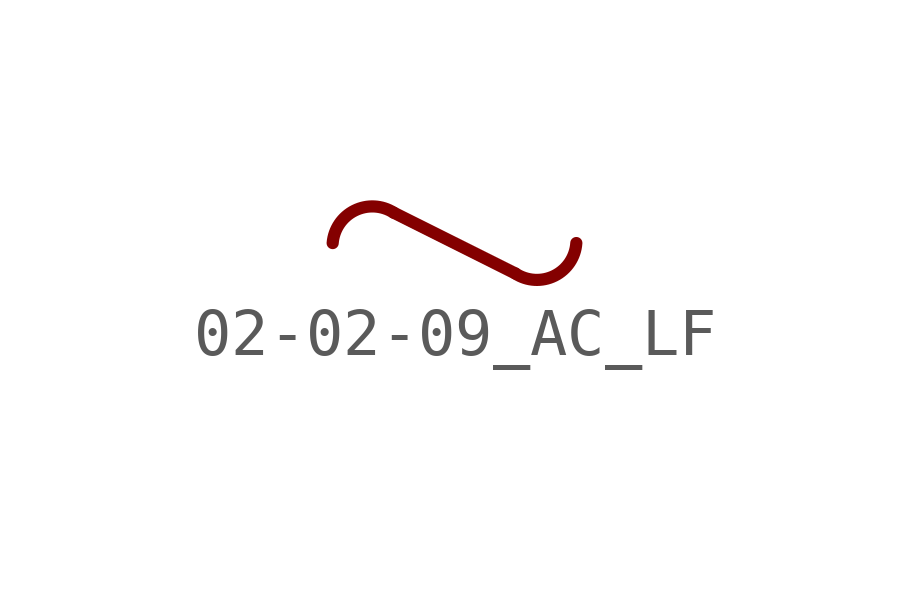
<source format=kicad_sym>
(kicad_symbol_lib
  (version 20200827)
  (generator kicad_symbol_editor)
  (symbol "Symbol_IEC_60617-2:02-02-09_AC_LF"
    (pin_numbers hide)
    (pin_names
      (offset 0) hide)
    (property "Reference" "#SYM"
      (at 0 5.08 0)
      (effects (font (size 1.27 1.27)) hide))
    (symbol "02-02-09_AC_LF_0_1"
      (arc (start -2.54 0) (end -1.27 0.635) (radius (at -1.7136 -0.0653) (length 0.829) (angles 175.5 57.6)) (stroke (width 0.254)) (fill (type none)))
      (arc (start 2.54 0) (end 1.27 -0.635) (radius (at 1.7189 0.0547) (length 0.8229) (angles -3.8 -123.1)) (stroke (width 0.254)) (fill (type none)))
      (polyline (pts (xy -1.27 0.635) (xy 1.27 -0.635)) (stroke (width 0.254)) (fill (type none))))))
</source>
